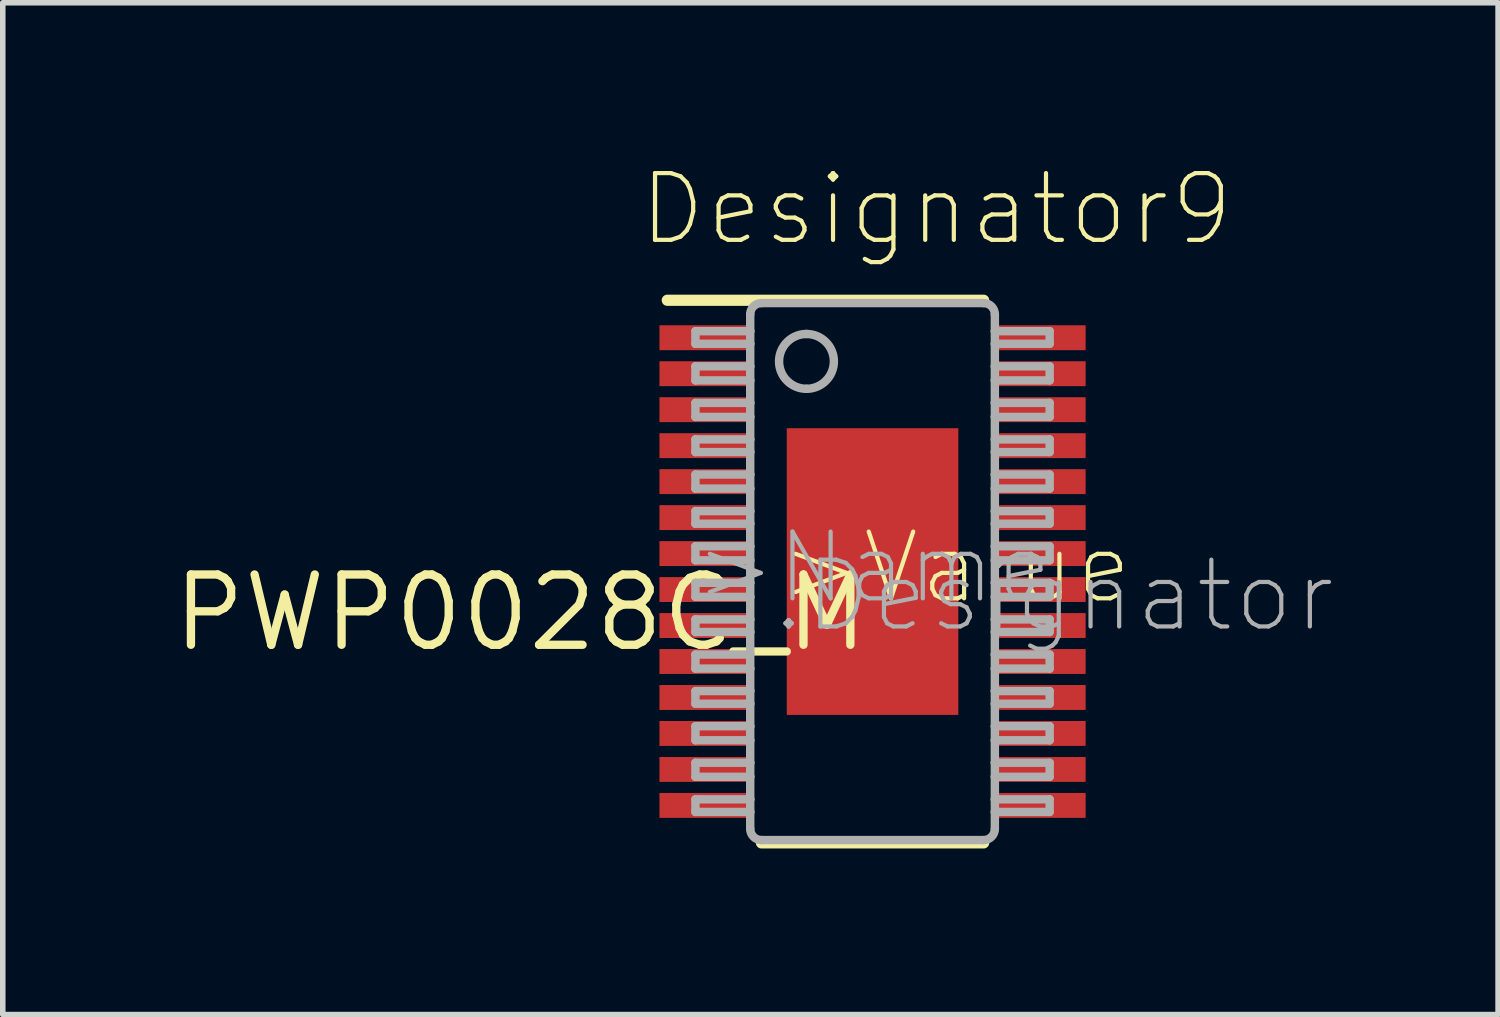
<source format=kicad_pcb>
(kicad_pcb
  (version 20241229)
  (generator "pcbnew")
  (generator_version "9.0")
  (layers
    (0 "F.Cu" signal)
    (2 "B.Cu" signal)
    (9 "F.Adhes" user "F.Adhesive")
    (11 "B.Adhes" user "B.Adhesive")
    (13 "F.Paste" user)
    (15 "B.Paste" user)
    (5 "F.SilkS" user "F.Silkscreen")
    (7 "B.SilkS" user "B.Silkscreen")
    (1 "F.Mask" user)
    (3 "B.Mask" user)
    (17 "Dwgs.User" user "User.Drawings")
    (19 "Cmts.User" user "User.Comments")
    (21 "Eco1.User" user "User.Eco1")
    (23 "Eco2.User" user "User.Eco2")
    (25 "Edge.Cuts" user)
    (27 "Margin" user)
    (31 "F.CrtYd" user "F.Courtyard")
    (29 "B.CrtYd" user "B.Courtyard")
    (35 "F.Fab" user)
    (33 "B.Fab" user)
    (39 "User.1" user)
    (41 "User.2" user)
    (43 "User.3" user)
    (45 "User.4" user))
  (footprint "PWP0028C_M"
    (layer "F.Cu")
    (at 12.715 7.277)
    (property "Reference" "PWP0028C_M" (at 0 0 0) (layer "F.SilkS") (effects (font (size 1.27 1.27) (thickness 0.15)) (justify right top)))
    (attr through_hole)
    (fp_line (start -3.708 -4.902) (end 2.007 -4.902) (stroke (width 0.203) (type solid)) (layer "F.SilkS"))
    (fp_line (start -2.007 4.902) (end 2.007 4.902) (stroke (width 0.203) (type solid)) (layer "F.SilkS"))
    (fp_line (start -3.2 -4.343) (end -2.21 -4.343) (stroke (width 0.152) (type solid)) (layer "F.Fab"))
    (fp_line (start -3.2 -4.115) (end -3.2 -4.343) (stroke (width 0.152) (type solid)) (layer "F.Fab"))
    (fp_line (start -3.2 -4.115) (end -2.21 -4.115) (stroke (width 0.152) (type solid)) (layer "F.Fab"))
    (fp_line (start -3.2 -3.708) (end -2.21 -3.708) (stroke (width 0.152) (type solid)) (layer "F.Fab"))
    (fp_line (start -3.2 -3.454) (end -3.2 -3.708) (stroke (width 0.152) (type solid)) (layer "F.Fab"))
    (fp_line (start -3.2 -3.454) (end -2.21 -3.454) (stroke (width 0.152) (type solid)) (layer "F.Fab"))
    (fp_line (start -3.2 -3.048) (end -2.21 -3.048) (stroke (width 0.152) (type solid)) (layer "F.Fab"))
    (fp_line (start -3.2 -2.794) (end -3.2 -3.048) (stroke (width 0.152) (type solid)) (layer "F.Fab"))
    (fp_line (start -3.2 -2.794) (end -2.21 -2.794) (stroke (width 0.152) (type solid)) (layer "F.Fab"))
    (fp_line (start -3.2 -2.388) (end -2.21 -2.388) (stroke (width 0.152) (type solid)) (layer "F.Fab"))
    (fp_line (start -3.2 -2.159) (end -3.2 -2.388) (stroke (width 0.152) (type solid)) (layer "F.Fab"))
    (fp_line (start -3.2 -2.159) (end -2.21 -2.159) (stroke (width 0.152) (type solid)) (layer "F.Fab"))
    (fp_line (start -3.2 -1.753) (end -2.21 -1.753) (stroke (width 0.152) (type solid)) (layer "F.Fab"))
    (fp_line (start -3.2 -1.499) (end -3.2 -1.753) (stroke (width 0.152) (type solid)) (layer "F.Fab"))
    (fp_line (start -3.2 -1.499) (end -2.21 -1.499) (stroke (width 0.152) (type solid)) (layer "F.Fab"))
    (fp_line (start -3.2 -1.092) (end -2.21 -1.092) (stroke (width 0.152) (type solid)) (layer "F.Fab"))
    (fp_line (start -3.2 -0.864) (end -3.2 -1.092) (stroke (width 0.152) (type solid)) (layer "F.Fab"))
    (fp_line (start -3.2 -0.864) (end -2.21 -0.864) (stroke (width 0.152) (type solid)) (layer "F.Fab"))
    (fp_line (start -3.2 -0.457) (end -2.21 -0.457) (stroke (width 0.152) (type solid)) (layer "F.Fab"))
    (fp_line (start -3.2 -0.203) (end -3.2 -0.457) (stroke (width 0.152) (type solid)) (layer "F.Fab"))
    (fp_line (start -3.2 -0.203) (end -2.21 -0.203) (stroke (width 0.152) (type solid)) (layer "F.Fab"))
    (fp_line (start -3.2 0.203) (end -2.21 0.203) (stroke (width 0.152) (type solid)) (layer "F.Fab"))
    (fp_line (start -3.2 0.457) (end -3.2 0.203) (stroke (width 0.152) (type solid)) (layer "F.Fab"))
    (fp_line (start -3.2 0.457) (end -2.21 0.457) (stroke (width 0.152) (type solid)) (layer "F.Fab"))
    (fp_line (start -3.2 0.864) (end -2.21 0.864) (stroke (width 0.152) (type solid)) (layer "F.Fab"))
    (fp_line (start -3.2 1.092) (end -3.2 0.864) (stroke (width 0.152) (type solid)) (layer "F.Fab"))
    (fp_line (start -3.2 1.092) (end -2.21 1.092) (stroke (width 0.152) (type solid)) (layer "F.Fab"))
    (fp_line (start -3.2 1.499) (end -2.21 1.499) (stroke (width 0.152) (type solid)) (layer "F.Fab"))
    (fp_line (start -3.2 1.753) (end -3.2 1.499) (stroke (width 0.152) (type solid)) (layer "F.Fab"))
    (fp_line (start -3.2 1.753) (end -2.21 1.753) (stroke (width 0.152) (type solid)) (layer "F.Fab"))
    (fp_line (start -3.2 2.159) (end -2.21 2.159) (stroke (width 0.152) (type solid)) (layer "F.Fab"))
    (fp_line (start -3.2 2.388) (end -3.2 2.159) (stroke (width 0.152) (type solid)) (layer "F.Fab"))
    (fp_line (start -3.2 2.388) (end -2.21 2.388) (stroke (width 0.152) (type solid)) (layer "F.Fab"))
    (fp_line (start -3.2 2.794) (end -2.21 2.794) (stroke (width 0.152) (type solid)) (layer "F.Fab"))
    (fp_line (start -3.2 3.048) (end -3.2 2.794) (stroke (width 0.152) (type solid)) (layer "F.Fab"))
    (fp_line (start -3.2 3.048) (end -2.21 3.048) (stroke (width 0.152) (type solid)) (layer "F.Fab"))
    (fp_line (start -3.2 3.454) (end -2.21 3.454) (stroke (width 0.152) (type solid)) (layer "F.Fab"))
    (fp_line (start -3.2 3.708) (end -3.2 3.454) (stroke (width 0.152) (type solid)) (layer "F.Fab"))
    (fp_line (start -3.2 3.708) (end -2.21 3.708) (stroke (width 0.152) (type solid)) (layer "F.Fab"))
    (fp_line (start -3.2 4.115) (end -2.21 4.115) (stroke (width 0.152) (type solid)) (layer "F.Fab"))
    (fp_line (start -3.2 4.343) (end -3.2 4.115) (stroke (width 0.152) (type solid)) (layer "F.Fab"))
    (fp_line (start -3.2 4.343) (end -2.21 4.343) (stroke (width 0.152) (type solid)) (layer "F.Fab"))
    (fp_line (start -2.21 -4.343) (end -2.21 -4.648) (stroke (width 0.152) (type solid)) (layer "F.Fab"))
    (fp_line (start -2.21 -4.115) (end -2.21 -4.343) (stroke (width 0.152) (type solid)) (layer "F.Fab"))
    (fp_line (start -2.21 -3.708) (end -2.21 -4.115) (stroke (width 0.152) (type solid)) (layer "F.Fab"))
    (fp_line (start -2.21 -3.454) (end -2.21 -3.708) (stroke (width 0.152) (type solid)) (layer "F.Fab"))
    (fp_line (start -2.21 -3.048) (end -2.21 -3.454) (stroke (width 0.152) (type solid)) (layer "F.Fab"))
    (fp_line (start -2.21 -2.794) (end -2.21 -3.048) (stroke (width 0.152) (type solid)) (layer "F.Fab"))
    (fp_line (start -2.21 -2.388) (end -2.21 -2.794) (stroke (width 0.152) (type solid)) (layer "F.Fab"))
    (fp_line (start -2.21 -2.159) (end -2.21 -2.388) (stroke (width 0.152) (type solid)) (layer "F.Fab"))
    (fp_line (start -2.21 -1.753) (end -2.21 -2.159) (stroke (width 0.152) (type solid)) (layer "F.Fab"))
    (fp_line (start -2.21 -1.499) (end -2.21 -1.753) (stroke (width 0.152) (type solid)) (layer "F.Fab"))
    (fp_line (start -2.21 -1.092) (end -2.21 -1.499) (stroke (width 0.152) (type solid)) (layer "F.Fab"))
    (fp_line (start -2.21 -0.864) (end -2.21 -1.092) (stroke (width 0.152) (type solid)) (layer "F.Fab"))
    (fp_line (start -2.21 -0.457) (end -2.21 -0.864) (stroke (width 0.152) (type solid)) (layer "F.Fab"))
    (fp_line (start -2.21 -0.203) (end -2.21 -0.457) (stroke (width 0.152) (type solid)) (layer "F.Fab"))
    (fp_line (start -2.21 0.203) (end -2.21 -0.203) (stroke (width 0.152) (type solid)) (layer "F.Fab"))
    (fp_line (start -2.21 0.457) (end -2.21 0.203) (stroke (width 0.152) (type solid)) (layer "F.Fab"))
    (fp_line (start -2.21 0.864) (end -2.21 0.457) (stroke (width 0.152) (type solid)) (layer "F.Fab"))
    (fp_line (start -2.21 1.092) (end -2.21 0.864) (stroke (width 0.152) (type solid)) (layer "F.Fab"))
    (fp_line (start -2.21 1.499) (end -2.21 1.092) (stroke (width 0.152) (type solid)) (layer "F.Fab"))
    (fp_line (start -2.21 1.753) (end -2.21 1.499) (stroke (width 0.152) (type solid)) (layer "F.Fab"))
    (fp_line (start -2.21 2.159) (end -2.21 1.753) (stroke (width 0.152) (type solid)) (layer "F.Fab"))
    (fp_line (start -2.21 2.388) (end -2.21 2.159) (stroke (width 0.152) (type solid)) (layer "F.Fab"))
    (fp_line (start -2.21 2.794) (end -2.21 2.388) (stroke (width 0.152) (type solid)) (layer "F.Fab"))
    (fp_line (start -2.21 3.048) (end -2.21 2.794) (stroke (width 0.152) (type solid)) (layer "F.Fab"))
    (fp_line (start -2.21 3.454) (end -2.21 3.048) (stroke (width 0.152) (type solid)) (layer "F.Fab"))
    (fp_line (start -2.21 3.708) (end -2.21 3.454) (stroke (width 0.152) (type solid)) (layer "F.Fab"))
    (fp_line (start -2.21 4.115) (end -2.21 3.708) (stroke (width 0.152) (type solid)) (layer "F.Fab"))
    (fp_line (start -2.21 4.343) (end -2.21 4.115) (stroke (width 0.152) (type solid)) (layer "F.Fab"))
    (fp_line (start -2.21 4.648) (end -2.21 4.343) (stroke (width 0.152) (type solid)) (layer "F.Fab"))
    (fp_line (start -2.007 -4.851) (end 2.007 -4.851) (stroke (width 0.152) (type solid)) (layer "F.Fab"))
    (fp_line (start -2.007 4.851) (end 2.007 4.851) (stroke (width 0.152) (type solid)) (layer "F.Fab"))
    (fp_line (start 2.21 -4.343) (end 2.21 -4.648) (stroke (width 0.152) (type solid)) (layer "F.Fab"))
    (fp_line (start 2.21 -4.343) (end 3.2 -4.343) (stroke (width 0.152) (type solid)) (layer "F.Fab"))
    (fp_line (start 2.21 -4.115) (end 2.21 -4.343) (stroke (width 0.152) (type solid)) (layer "F.Fab"))
    (fp_line (start 2.21 -4.115) (end 3.2 -4.115) (stroke (width 0.152) (type solid)) (layer "F.Fab"))
    (fp_line (start 2.21 -3.708) (end 2.21 -4.115) (stroke (width 0.152) (type solid)) (layer "F.Fab"))
    (fp_line (start 2.21 -3.708) (end 3.2 -3.708) (stroke (width 0.152) (type solid)) (layer "F.Fab"))
    (fp_line (start 2.21 -3.454) (end 2.21 -3.708) (stroke (width 0.152) (type solid)) (layer "F.Fab"))
    (fp_line (start 2.21 -3.454) (end 3.2 -3.454) (stroke (width 0.152) (type solid)) (layer "F.Fab"))
    (fp_line (start 2.21 -3.048) (end 2.21 -3.454) (stroke (width 0.152) (type solid)) (layer "F.Fab"))
    (fp_line (start 2.21 -3.048) (end 3.2 -3.048) (stroke (width 0.152) (type solid)) (layer "F.Fab"))
    (fp_line (start 2.21 -2.794) (end 2.21 -3.048) (stroke (width 0.152) (type solid)) (layer "F.Fab"))
    (fp_line (start 2.21 -2.794) (end 3.2 -2.794) (stroke (width 0.152) (type solid)) (layer "F.Fab"))
    (fp_line (start 2.21 -2.388) (end 2.21 -2.794) (stroke (width 0.152) (type solid)) (layer "F.Fab"))
    (fp_line (start 2.21 -2.388) (end 3.2 -2.388) (stroke (width 0.152) (type solid)) (layer "F.Fab"))
    (fp_line (start 2.21 -2.159) (end 2.21 -2.388) (stroke (width 0.152) (type solid)) (layer "F.Fab"))
    (fp_line (start 2.21 -2.159) (end 3.2 -2.159) (stroke (width 0.152) (type solid)) (layer "F.Fab"))
    (fp_line (start 2.21 -1.753) (end 2.21 -2.159) (stroke (width 0.152) (type solid)) (layer "F.Fab"))
    (fp_line (start 2.21 -1.753) (end 3.2 -1.753) (stroke (width 0.152) (type solid)) (layer "F.Fab"))
    (fp_line (start 2.21 -1.499) (end 2.21 -1.753) (stroke (width 0.152) (type solid)) (layer "F.Fab"))
    (fp_line (start 2.21 -1.499) (end 3.2 -1.499) (stroke (width 0.152) (type solid)) (layer "F.Fab"))
    (fp_line (start 2.21 -1.092) (end 2.21 -1.499) (stroke (width 0.152) (type solid)) (layer "F.Fab"))
    (fp_line (start 2.21 -1.092) (end 3.2 -1.092) (stroke (width 0.152) (type solid)) (layer "F.Fab"))
    (fp_line (start 2.21 -0.864) (end 2.21 -1.092) (stroke (width 0.152) (type solid)) (layer "F.Fab"))
    (fp_line (start 2.21 -0.864) (end 3.2 -0.864) (stroke (width 0.152) (type solid)) (layer "F.Fab"))
    (fp_line (start 2.21 -0.457) (end 2.21 -0.864) (stroke (width 0.152) (type solid)) (layer "F.Fab"))
    (fp_line (start 2.21 -0.457) (end 3.2 -0.457) (stroke (width 0.152) (type solid)) (layer "F.Fab"))
    (fp_line (start 2.21 -0.203) (end 2.21 -0.457) (stroke (width 0.152) (type solid)) (layer "F.Fab"))
    (fp_line (start 2.21 -0.203) (end 3.2 -0.203) (stroke (width 0.152) (type solid)) (layer "F.Fab"))
    (fp_line (start 2.21 0.203) (end 2.21 -0.203) (stroke (width 0.152) (type solid)) (layer "F.Fab"))
    (fp_line (start 2.21 0.203) (end 3.2 0.203) (stroke (width 0.152) (type solid)) (layer "F.Fab"))
    (fp_line (start 2.21 0.457) (end 2.21 0.203) (stroke (width 0.152) (type solid)) (layer "F.Fab"))
    (fp_line (start 2.21 0.457) (end 3.2 0.457) (stroke (width 0.152) (type solid)) (layer "F.Fab"))
    (fp_line (start 2.21 0.864) (end 2.21 0.457) (stroke (width 0.152) (type solid)) (layer "F.Fab"))
    (fp_line (start 2.21 0.864) (end 3.2 0.864) (stroke (width 0.152) (type solid)) (layer "F.Fab"))
    (fp_line (start 2.21 1.092) (end 2.21 0.864) (stroke (width 0.152) (type solid)) (layer "F.Fab"))
    (fp_line (start 2.21 1.092) (end 3.2 1.092) (stroke (width 0.152) (type solid)) (layer "F.Fab"))
    (fp_line (start 2.21 1.499) (end 2.21 1.092) (stroke (width 0.152) (type solid)) (layer "F.Fab"))
    (fp_line (start 2.21 1.499) (end 3.2 1.499) (stroke (width 0.152) (type solid)) (layer "F.Fab"))
    (fp_line (start 2.21 1.753) (end 2.21 1.499) (stroke (width 0.152) (type solid)) (layer "F.Fab"))
    (fp_line (start 2.21 1.753) (end 3.2 1.753) (stroke (width 0.152) (type solid)) (layer "F.Fab"))
    (fp_line (start 2.21 2.159) (end 2.21 1.753) (stroke (width 0.152) (type solid)) (layer "F.Fab"))
    (fp_line (start 2.21 2.159) (end 3.2 2.159) (stroke (width 0.152) (type solid)) (layer "F.Fab"))
    (fp_line (start 2.21 2.388) (end 2.21 2.159) (stroke (width 0.152) (type solid)) (layer "F.Fab"))
    (fp_line (start 2.21 2.388) (end 3.2 2.388) (stroke (width 0.152) (type solid)) (layer "F.Fab"))
    (fp_line (start 2.21 2.794) (end 2.21 2.388) (stroke (width 0.152) (type solid)) (layer "F.Fab"))
    (fp_line (start 2.21 2.794) (end 3.2 2.794) (stroke (width 0.152) (type solid)) (layer "F.Fab"))
    (fp_line (start 2.21 3.048) (end 2.21 2.794) (stroke (width 0.152) (type solid)) (layer "F.Fab"))
    (fp_line (start 2.21 3.048) (end 3.2 3.048) (stroke (width 0.152) (type solid)) (layer "F.Fab"))
    (fp_line (start 2.21 3.454) (end 2.21 3.048) (stroke (width 0.152) (type solid)) (layer "F.Fab"))
    (fp_line (start 2.21 3.454) (end 3.2 3.454) (stroke (width 0.152) (type solid)) (layer "F.Fab"))
    (fp_line (start 2.21 3.708) (end 2.21 3.454) (stroke (width 0.152) (type solid)) (layer "F.Fab"))
    (fp_line (start 2.21 3.708) (end 3.2 3.708) (stroke (width 0.152) (type solid)) (layer "F.Fab"))
    (fp_line (start 2.21 4.115) (end 2.21 3.708) (stroke (width 0.152) (type solid)) (layer "F.Fab"))
    (fp_line (start 2.21 4.115) (end 3.2 4.115) (stroke (width 0.152) (type solid)) (layer "F.Fab"))
    (fp_line (start 2.21 4.343) (end 2.21 4.115) (stroke (width 0.152) (type solid)) (layer "F.Fab"))
    (fp_line (start 2.21 4.343) (end 3.2 4.343) (stroke (width 0.152) (type solid)) (layer "F.Fab"))
    (fp_line (start 2.21 4.648) (end 2.21 4.343) (stroke (width 0.152) (type solid)) (layer "F.Fab"))
    (fp_line (start 3.2 -4.115) (end 3.2 -4.343) (stroke (width 0.152) (type solid)) (layer "F.Fab"))
    (fp_line (start 3.2 -3.454) (end 3.2 -3.708) (stroke (width 0.152) (type solid)) (layer "F.Fab"))
    (fp_line (start 3.2 -2.794) (end 3.2 -3.048) (stroke (width 0.152) (type solid)) (layer "F.Fab"))
    (fp_line (start 3.2 -2.159) (end 3.2 -2.388) (stroke (width 0.152) (type solid)) (layer "F.Fab"))
    (fp_line (start 3.2 -1.499) (end 3.2 -1.753) (stroke (width 0.152) (type solid)) (layer "F.Fab"))
    (fp_line (start 3.2 -0.864) (end 3.2 -1.092) (stroke (width 0.152) (type solid)) (layer "F.Fab"))
    (fp_line (start 3.2 -0.203) (end 3.2 -0.457) (stroke (width 0.152) (type solid)) (layer "F.Fab"))
    (fp_line (start 3.2 0.457) (end 3.2 0.203) (stroke (width 0.152) (type solid)) (layer "F.Fab"))
    (fp_line (start 3.2 1.092) (end 3.2 0.864) (stroke (width 0.152) (type solid)) (layer "F.Fab"))
    (fp_line (start 3.2 1.753) (end 3.2 1.499) (stroke (width 0.152) (type solid)) (layer "F.Fab"))
    (fp_line (start 3.2 2.388) (end 3.2 2.159) (stroke (width 0.152) (type solid)) (layer "F.Fab"))
    (fp_line (start 3.2 3.048) (end 3.2 2.794) (stroke (width 0.152) (type solid)) (layer "F.Fab"))
    (fp_line (start 3.2 3.708) (end 3.2 3.454) (stroke (width 0.152) (type solid)) (layer "F.Fab"))
    (fp_line (start 3.2 4.343) (end 3.2 4.115) (stroke (width 0.152) (type solid)) (layer "F.Fab"))
    (fp_arc (start -2.2098 -4.6482) (mid -2.150284 -4.791884) (end -2.0066 -4.8514) (stroke (width 0.1524) (type solid)) (layer "F.Fab"))
    (fp_arc (start -2.0066 4.8514) (mid -2.150284 4.791884) (end -2.2098 4.6482) (stroke (width 0.1524) (type solid)) (layer "F.Fab"))
    (fp_arc (start -1.1938 -4.2926) (mid -0.6985 -3.7973) (end -1.1938 -3.302) (stroke (width 0.1524) (type solid)) (layer "F.Fab"))
    (fp_arc (start -1.1938 -3.302) (mid -1.6891 -3.7973) (end -1.1938 -4.2926) (stroke (width 0.1524) (type solid)) (layer "F.Fab"))
    (fp_arc (start 2.0066 -4.8514) (mid 2.150284 -4.791884) (end 2.2098 -4.6482) (stroke (width 0.1524) (type solid)) (layer "F.Fab"))
    (fp_arc (start 2.2098 4.6482) (mid 2.150284 4.791884) (end 2.0066 4.8514) (stroke (width 0.1524) (type solid)) (layer "F.Fab"))
    (fp_text user "Designator9" (at -4.267 -5.842 0) (layer "F.SilkS") (effects (font (size 1.206 1.206) (thickness 0.076)) (justify left bottom)))
    (fp_text user ">Value" (at -1.727 0.635 0) (layer "F.SilkS") (effects (font (size 1.206 1.206) (thickness 0.076)) (justify left bottom)))
    (fp_text user ".Designator" (at -1.854 1.143 0) (layer "F.Fab") (effects (font (size 1.206 1.206) (thickness 0.076)) (justify left bottom)))
    (fp_text user ">Name" (at -3.277 0.635 0) (layer "F.Fab") (effects (font (size 1.206 1.206) (thickness 0.076)) (justify left bottom)))
    (pad "1" smd rect (at -3.05 -4.225 90) (size 0.45 1.6) (layers "F.Cu" "F.Mask" "F.Paste"))
    (pad "2" smd rect (at -3.05 -3.575 90) (size 0.45 1.6) (layers "F.Cu" "F.Mask" "F.Paste"))
    (pad "3" smd rect (at -3.05 -2.925 90) (size 0.45 1.6) (layers "F.Cu" "F.Mask" "F.Paste"))
    (pad "4" smd rect (at -3.05 -2.275 90) (size 0.45 1.6) (layers "F.Cu" "F.Mask" "F.Paste"))
    (pad "5" smd rect (at -3.05 -1.625 90) (size 0.45 1.6) (layers "F.Cu" "F.Mask" "F.Paste"))
    (pad "6" smd rect (at -3.05 -0.975 90) (size 0.45 1.6) (layers "F.Cu" "F.Mask" "F.Paste"))
    (pad "7" smd rect (at -3.05 -0.325 90) (size 0.45 1.6) (layers "F.Cu" "F.Mask" "F.Paste"))
    (pad "8" smd rect (at -3.05 0.325 90) (size 0.45 1.6) (layers "F.Cu" "F.Mask" "F.Paste"))
    (pad "9" smd rect (at -3.05 0.975 90) (size 0.45 1.6) (layers "F.Cu" "F.Mask" "F.Paste"))
    (pad "10" smd rect (at -3.05 1.625 90) (size 0.45 1.6) (layers "F.Cu" "F.Mask" "F.Paste"))
    (pad "11" smd rect (at -3.05 2.275 90) (size 0.45 1.6) (layers "F.Cu" "F.Mask" "F.Paste"))
    (pad "12" smd rect (at -3.05 2.925 90) (size 0.45 1.6) (layers "F.Cu" "F.Mask" "F.Paste"))
    (pad "13" smd rect (at -3.05 3.575 90) (size 0.45 1.6) (layers "F.Cu" "F.Mask" "F.Paste"))
    (pad "14" smd rect (at -3.05 4.225 90) (size 0.45 1.6) (layers "F.Cu" "F.Mask" "F.Paste"))
    (pad "15" smd rect (at 3.05 4.225 90) (size 0.45 1.6) (layers "F.Cu" "F.Mask" "F.Paste"))
    (pad "16" smd rect (at 3.05 3.575 90) (size 0.45 1.6) (layers "F.Cu" "F.Mask" "F.Paste"))
    (pad "17" smd rect (at 3.05 2.925 90) (size 0.45 1.6) (layers "F.Cu" "F.Mask" "F.Paste"))
    (pad "18" smd rect (at 3.05 2.275 90) (size 0.45 1.6) (layers "F.Cu" "F.Mask" "F.Paste"))
    (pad "19" smd rect (at 3.05 1.625 90) (size 0.45 1.6) (layers "F.Cu" "F.Mask" "F.Paste"))
    (pad "20" smd rect (at 3.05 0.975 90) (size 0.45 1.6) (layers "F.Cu" "F.Mask" "F.Paste"))
    (pad "21" smd rect (at 3.05 0.325 90) (size 0.45 1.6) (layers "F.Cu" "F.Mask" "F.Paste"))
    (pad "22" smd rect (at 3.05 -0.325 90) (size 0.45 1.6) (layers "F.Cu" "F.Mask" "F.Paste"))
    (pad "23" smd rect (at 3.05 -0.975 90) (size 0.45 1.6) (layers "F.Cu" "F.Mask" "F.Paste"))
    (pad "24" smd rect (at 3.05 -1.625 90) (size 0.45 1.6) (layers "F.Cu" "F.Mask" "F.Paste"))
    (pad "25" smd rect (at 3.05 -2.275 90) (size 0.45 1.6) (layers "F.Cu" "F.Mask" "F.Paste"))
    (pad "26" smd rect (at 3.05 -2.925 90) (size 0.45 1.6) (layers "F.Cu" "F.Mask" "F.Paste"))
    (pad "27" smd rect (at 3.05 -3.575 90) (size 0.45 1.6) (layers "F.Cu" "F.Mask" "F.Paste"))
    (pad "28" smd rect (at 3.05 -4.225 90) (size 0.45 1.6) (layers "F.Cu" "F.Mask" "F.Paste"))
    (pad "29" smd rect (at 0 0) (size 3.1 5.18) (layers "F.Cu" "F.Mask" "F.Paste"))
    (pad "V" smd roundrect (at 0.000003 0) (size 0.5 0.5) (layers "F.Cu" "F.Mask" "F.Paste") (roundrect_rratio 0.5)))
  (gr_rect
    (start -3 -3)
    (end 24.017 15.281)
    (stroke (width 0.1) (type default))
    (fill no)
    (layer "Edge.Cuts")))
</source>
